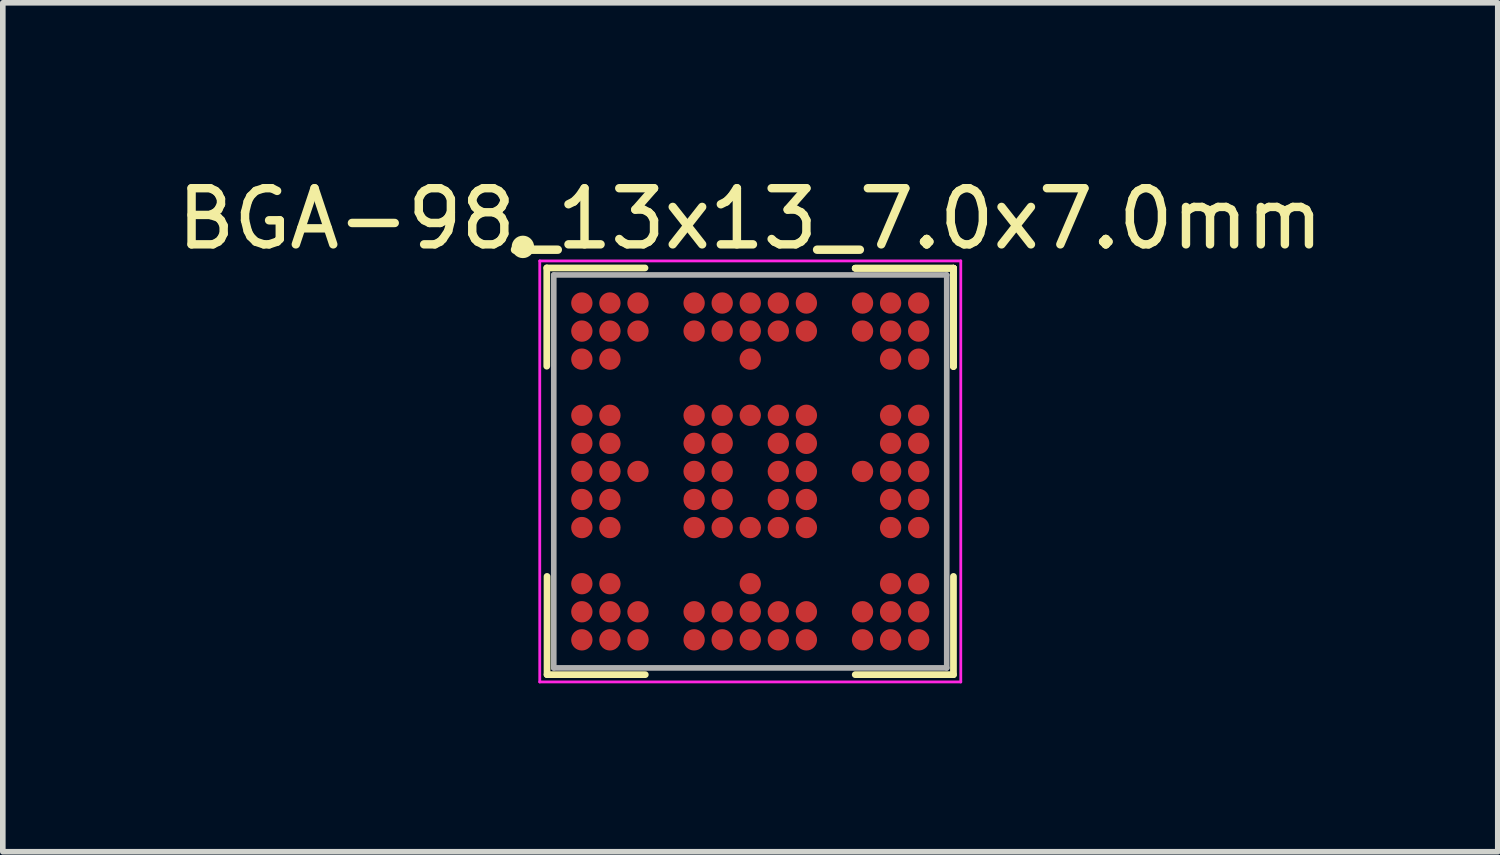
<source format=kicad_pcb>
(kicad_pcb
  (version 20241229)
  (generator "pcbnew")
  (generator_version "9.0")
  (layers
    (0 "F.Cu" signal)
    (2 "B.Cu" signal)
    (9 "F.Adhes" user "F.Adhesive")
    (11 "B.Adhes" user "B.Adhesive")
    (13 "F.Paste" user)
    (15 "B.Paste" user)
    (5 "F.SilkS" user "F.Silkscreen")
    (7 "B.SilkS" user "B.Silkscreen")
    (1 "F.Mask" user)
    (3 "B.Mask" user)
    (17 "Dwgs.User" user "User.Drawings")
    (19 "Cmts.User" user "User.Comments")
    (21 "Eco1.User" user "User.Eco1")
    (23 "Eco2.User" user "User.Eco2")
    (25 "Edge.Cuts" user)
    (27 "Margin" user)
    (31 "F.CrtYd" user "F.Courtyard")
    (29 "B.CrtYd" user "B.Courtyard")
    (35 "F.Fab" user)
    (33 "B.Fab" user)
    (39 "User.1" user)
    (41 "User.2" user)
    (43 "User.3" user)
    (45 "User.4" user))
  (footprint "BGA-98_13x13_7.0x7.0mm"
    (layer "F.Cu")
    (at 10.315 5.348)
    (property "Reference" "BGA-98_13x13_7.0x7.0mm" (at 0 -4.5 0) (layer "F.SilkS") (effects (font (size 1 1) (thickness 0.15))))
    (attr smd)
    (fp_line (start -3.625 -3.625) (end -1.875 -3.625) (stroke (width 0.12) (type solid)) (layer "F.SilkS"))
    (fp_line (start -3.625 -1.875) (end -3.625 -3.625) (stroke (width 0.12) (type solid)) (layer "F.SilkS"))
    (fp_line (start -3.62 3.62) (end -3.62 1.87) (stroke (width 0.12) (type solid)) (layer "F.SilkS"))
    (fp_line (start -1.87 3.62) (end -3.62 3.62) (stroke (width 0.12) (type solid)) (layer "F.SilkS"))
    (fp_line (start 1.87 -3.62) (end 3.62 -3.62) (stroke (width 0.12) (type solid)) (layer "F.SilkS"))
    (fp_line (start 1.87 -3.62) (end 3.62 -3.62) (stroke (width 0.12) (type solid)) (layer "F.SilkS"))
    (fp_line (start 1.87 -3.62) (end 3.62 -3.62) (stroke (width 0.12) (type solid)) (layer "F.SilkS"))
    (fp_line (start 1.87 3.62) (end 3.62 3.62) (stroke (width 0.12) (type solid)) (layer "F.SilkS"))
    (fp_line (start 3.62 -3.62) (end 3.62 -1.87) (stroke (width 0.12) (type solid)) (layer "F.SilkS"))
    (fp_line (start 3.62 -3.62) (end 3.62 -1.87) (stroke (width 0.12) (type solid)) (layer "F.SilkS"))
    (fp_line (start 3.62 -3.62) (end 3.62 -1.87) (stroke (width 0.12) (type solid)) (layer "F.SilkS"))
    (fp_line (start 3.62 3.62) (end 3.62 1.87) (stroke (width 0.12) (type solid)) (layer "F.SilkS"))
    (fp_circle (center -4.05 -4) (end -4.05 -3.9) (stroke (width 0.2) (type solid)) (fill no) (layer "F.SilkS"))
    (fp_line (start -3.75 -3.75) (end 3.75 -3.75) (stroke (width 0.05) (type solid)) (layer "F.CrtYd"))
    (fp_line (start -3.75 3.75) (end -3.75 -3.75) (stroke (width 0.05) (type solid)) (layer "F.CrtYd"))
    (fp_line (start 3.75 -3.75) (end 3.75 3.75) (stroke (width 0.05) (type solid)) (layer "F.CrtYd"))
    (fp_line (start 3.75 3.75) (end -3.75 3.75) (stroke (width 0.05) (type solid)) (layer "F.CrtYd"))
    (fp_line (start -3.5 -3.5) (end -3.5 3.5) (stroke (width 0.1) (type solid)) (layer "F.Fab"))
    (fp_line (start -3.5 3.5) (end 3.5 3.5) (stroke (width 0.1) (type solid)) (layer "F.Fab"))
    (fp_line (start 3.5 -3.5) (end -3.5 -3.5) (stroke (width 0.1) (type solid)) (layer "F.Fab"))
    (fp_line (start 3.5 3.5) (end 3.5 -3.5) (stroke (width 0.1) (type solid)) (layer "F.Fab"))
    (pad "A1" smd circle (at -3 -3) (size 0.38 0.38) (layers "F.Cu" "F.Mask" "F.Paste"))
    (pad "A2" smd circle (at -2.5 -3) (size 0.38 0.38) (layers "F.Cu" "F.Mask" "F.Paste"))
    (pad "A3" smd circle (at -2 -3) (size 0.38 0.38) (layers "F.Cu" "F.Mask" "F.Paste"))
    (pad "A5" smd circle (at -1 -3) (size 0.38 0.38) (layers "F.Cu" "F.Mask" "F.Paste"))
    (pad "A6" smd circle (at -0.5 -3) (size 0.38 0.38) (layers "F.Cu" "F.Mask" "F.Paste"))
    (pad "A7" smd circle (at 0 -3) (size 0.38 0.38) (layers "F.Cu" "F.Mask" "F.Paste"))
    (pad "A8" smd circle (at 0.5 -3) (size 0.38 0.38) (layers "F.Cu" "F.Mask" "F.Paste"))
    (pad "A9" smd circle (at 1 -3) (size 0.38 0.38) (layers "F.Cu" "F.Mask" "F.Paste"))
    (pad "A11" smd circle (at 2 -3) (size 0.38 0.38) (layers "F.Cu" "F.Mask" "F.Paste"))
    (pad "A12" smd circle (at 2.5 -3) (size 0.38 0.38) (layers "F.Cu" "F.Mask" "F.Paste"))
    (pad "A13" smd circle (at 3 -3) (size 0.38 0.38) (layers "F.Cu" "F.Mask" "F.Paste"))
    (pad "B1" smd circle (at -3 -2.5) (size 0.38 0.38) (layers "F.Cu" "F.Mask" "F.Paste"))
    (pad "B2" smd circle (at -2.5 -2.5) (size 0.38 0.38) (layers "F.Cu" "F.Mask" "F.Paste"))
    (pad "B3" smd circle (at -2 -2.5) (size 0.38 0.38) (layers "F.Cu" "F.Mask" "F.Paste"))
    (pad "B5" smd circle (at -1 -2.5) (size 0.38 0.38) (layers "F.Cu" "F.Mask" "F.Paste"))
    (pad "B6" smd circle (at -0.5 -2.5) (size 0.38 0.38) (layers "F.Cu" "F.Mask" "F.Paste"))
    (pad "B7" smd circle (at 0 -2.5) (size 0.38 0.38) (layers "F.Cu" "F.Mask" "F.Paste"))
    (pad "B8" smd circle (at 0.5 -2.5) (size 0.38 0.38) (layers "F.Cu" "F.Mask" "F.Paste"))
    (pad "B9" smd circle (at 1 -2.5) (size 0.38 0.38) (layers "F.Cu" "F.Mask" "F.Paste"))
    (pad "B11" smd circle (at 2 -2.5) (size 0.38 0.38) (layers "F.Cu" "F.Mask" "F.Paste"))
    (pad "B12" smd circle (at 2.5 -2.5) (size 0.38 0.38) (layers "F.Cu" "F.Mask" "F.Paste"))
    (pad "B13" smd circle (at 3 -2.5) (size 0.38 0.38) (layers "F.Cu" "F.Mask" "F.Paste"))
    (pad "C1" smd circle (at -3 -2) (size 0.38 0.38) (layers "F.Cu" "F.Mask" "F.Paste"))
    (pad "C2" smd circle (at -2.5 -2) (size 0.38 0.38) (layers "F.Cu" "F.Mask" "F.Paste"))
    (pad "C7" smd circle (at 0 -2) (size 0.38 0.38) (layers "F.Cu" "F.Mask" "F.Paste"))
    (pad "C12" smd circle (at 2.5 -2) (size 0.38 0.38) (layers "F.Cu" "F.Mask" "F.Paste"))
    (pad "C13" smd circle (at 3 -2) (size 0.38 0.38) (layers "F.Cu" "F.Mask" "F.Paste"))
    (pad "E1" smd circle (at -3 -1) (size 0.38 0.38) (layers "F.Cu" "F.Mask" "F.Paste"))
    (pad "E2" smd circle (at -2.5 -1) (size 0.38 0.38) (layers "F.Cu" "F.Mask" "F.Paste"))
    (pad "E5" smd circle (at -1 -1) (size 0.38 0.38) (layers "F.Cu" "F.Mask" "F.Paste"))
    (pad "E6" smd circle (at -0.5 -1) (size 0.38 0.38) (layers "F.Cu" "F.Mask" "F.Paste"))
    (pad "E7" smd circle (at 0 -1) (size 0.38 0.38) (layers "F.Cu" "F.Mask" "F.Paste"))
    (pad "E8" smd circle (at 0.5 -1) (size 0.38 0.38) (layers "F.Cu" "F.Mask" "F.Paste"))
    (pad "E9" smd circle (at 1 -1) (size 0.38 0.38) (layers "F.Cu" "F.Mask" "F.Paste"))
    (pad "E12" smd circle (at 2.5 -1) (size 0.38 0.38) (layers "F.Cu" "F.Mask" "F.Paste"))
    (pad "E13" smd circle (at 3 -1) (size 0.38 0.38) (layers "F.Cu" "F.Mask" "F.Paste"))
    (pad "F1" smd circle (at -3 -0.5) (size 0.38 0.38) (layers "F.Cu" "F.Mask" "F.Paste"))
    (pad "F2" smd circle (at -2.5 -0.5) (size 0.38 0.38) (layers "F.Cu" "F.Mask" "F.Paste"))
    (pad "F5" smd circle (at -1 -0.5) (size 0.38 0.38) (layers "F.Cu" "F.Mask" "F.Paste"))
    (pad "F6" smd circle (at -0.5 -0.5) (size 0.38 0.38) (layers "F.Cu" "F.Mask" "F.Paste"))
    (pad "F8" smd circle (at 0.5 -0.5) (size 0.38 0.38) (layers "F.Cu" "F.Mask" "F.Paste"))
    (pad "F9" smd circle (at 1 -0.5) (size 0.38 0.38) (layers "F.Cu" "F.Mask" "F.Paste"))
    (pad "F12" smd circle (at 2.5 -0.5) (size 0.38 0.38) (layers "F.Cu" "F.Mask" "F.Paste"))
    (pad "F13" smd circle (at 3 -0.5) (size 0.38 0.38) (layers "F.Cu" "F.Mask" "F.Paste"))
    (pad "G1" smd circle (at -3 0) (size 0.38 0.38) (layers "F.Cu" "F.Mask" "F.Paste"))
    (pad "G2" smd circle (at -2.5 0) (size 0.38 0.38) (layers "F.Cu" "F.Mask" "F.Paste"))
    (pad "G3" smd circle (at -2 0) (size 0.38 0.38) (layers "F.Cu" "F.Mask" "F.Paste"))
    (pad "G5" smd circle (at -1 0) (size 0.38 0.38) (layers "F.Cu" "F.Mask" "F.Paste"))
    (pad "G6" smd circle (at -0.5 0) (size 0.38 0.38) (layers "F.Cu" "F.Mask" "F.Paste"))
    (pad "G8" smd circle (at 0.5 0) (size 0.38 0.38) (layers "F.Cu" "F.Mask" "F.Paste"))
    (pad "G9" smd circle (at 1 0) (size 0.38 0.38) (layers "F.Cu" "F.Mask" "F.Paste"))
    (pad "G11" smd circle (at 2 0) (size 0.38 0.38) (layers "F.Cu" "F.Mask" "F.Paste"))
    (pad "G12" smd circle (at 2.5 0) (size 0.38 0.38) (layers "F.Cu" "F.Mask" "F.Paste"))
    (pad "G13" smd circle (at 3 0) (size 0.38 0.38) (layers "F.Cu" "F.Mask" "F.Paste"))
    (pad "H1" smd circle (at -3 0.5) (size 0.38 0.38) (layers "F.Cu" "F.Mask" "F.Paste"))
    (pad "H2" smd circle (at -2.5 0.5) (size 0.38 0.38) (layers "F.Cu" "F.Mask" "F.Paste"))
    (pad "H5" smd circle (at -1 0.5) (size 0.38 0.38) (layers "F.Cu" "F.Mask" "F.Paste"))
    (pad "H6" smd circle (at -0.5 0.5) (size 0.38 0.38) (layers "F.Cu" "F.Mask" "F.Paste"))
    (pad "H8" smd circle (at 0.5 0.5) (size 0.38 0.38) (layers "F.Cu" "F.Mask" "F.Paste"))
    (pad "H9" smd circle (at 1 0.5) (size 0.38 0.38) (layers "F.Cu" "F.Mask" "F.Paste"))
    (pad "H12" smd circle (at 2.5 0.5) (size 0.38 0.38) (layers "F.Cu" "F.Mask" "F.Paste"))
    (pad "H13" smd circle (at 3 0.5) (size 0.38 0.38) (layers "F.Cu" "F.Mask" "F.Paste"))
    (pad "J1" smd circle (at -3 1) (size 0.38 0.38) (layers "F.Cu" "F.Mask" "F.Paste"))
    (pad "J2" smd circle (at -2.5 1) (size 0.38 0.38) (layers "F.Cu" "F.Mask" "F.Paste"))
    (pad "J5" smd circle (at -1 1) (size 0.38 0.38) (layers "F.Cu" "F.Mask" "F.Paste"))
    (pad "J6" smd circle (at -0.5 1) (size 0.38 0.38) (layers "F.Cu" "F.Mask" "F.Paste"))
    (pad "J7" smd circle (at 0 1) (size 0.38 0.38) (layers "F.Cu" "F.Mask" "F.Paste"))
    (pad "J8" smd circle (at 0.5 1) (size 0.38 0.38) (layers "F.Cu" "F.Mask" "F.Paste"))
    (pad "J9" smd circle (at 1 1) (size 0.38 0.38) (layers "F.Cu" "F.Mask" "F.Paste"))
    (pad "J12" smd circle (at 2.5 1) (size 0.38 0.38) (layers "F.Cu" "F.Mask" "F.Paste"))
    (pad "J13" smd circle (at 3 1) (size 0.38 0.38) (layers "F.Cu" "F.Mask" "F.Paste"))
    (pad "L1" smd circle (at -3 2) (size 0.38 0.38) (layers "F.Cu" "F.Mask" "F.Paste"))
    (pad "L2" smd circle (at -2.5 2) (size 0.38 0.38) (layers "F.Cu" "F.Mask" "F.Paste"))
    (pad "L7" smd circle (at 0 2) (size 0.38 0.38) (layers "F.Cu" "F.Mask" "F.Paste"))
    (pad "L12" smd circle (at 2.5 2) (size 0.38 0.38) (layers "F.Cu" "F.Mask" "F.Paste"))
    (pad "L13" smd circle (at 3 2) (size 0.38 0.38) (layers "F.Cu" "F.Mask" "F.Paste"))
    (pad "M1" smd circle (at -3 2.5) (size 0.38 0.38) (layers "F.Cu" "F.Mask" "F.Paste"))
    (pad "M2" smd circle (at -2.5 2.5) (size 0.38 0.38) (layers "F.Cu" "F.Mask" "F.Paste"))
    (pad "M3" smd circle (at -2 2.5) (size 0.38 0.38) (layers "F.Cu" "F.Mask" "F.Paste"))
    (pad "M5" smd circle (at -1 2.5) (size 0.38 0.38) (layers "F.Cu" "F.Mask" "F.Paste"))
    (pad "M6" smd circle (at -0.5 2.5) (size 0.38 0.38) (layers "F.Cu" "F.Mask" "F.Paste"))
    (pad "M7" smd circle (at 0 2.5) (size 0.38 0.38) (layers "F.Cu" "F.Mask" "F.Paste"))
    (pad "M8" smd circle (at 0.5 2.5) (size 0.38 0.38) (layers "F.Cu" "F.Mask" "F.Paste"))
    (pad "M9" smd circle (at 1 2.5) (size 0.38 0.38) (layers "F.Cu" "F.Mask" "F.Paste"))
    (pad "M11" smd circle (at 2 2.5) (size 0.38 0.38) (layers "F.Cu" "F.Mask" "F.Paste"))
    (pad "M12" smd circle (at 2.5 2.5) (size 0.38 0.38) (layers "F.Cu" "F.Mask" "F.Paste"))
    (pad "M13" smd circle (at 3 2.5) (size 0.38 0.38) (layers "F.Cu" "F.Mask" "F.Paste"))
    (pad "N1" smd circle (at -3 3) (size 0.38 0.38) (layers "F.Cu" "F.Mask" "F.Paste"))
    (pad "N2" smd circle (at -2.5 3) (size 0.38 0.38) (layers "F.Cu" "F.Mask" "F.Paste"))
    (pad "N3" smd circle (at -2 3) (size 0.38 0.38) (layers "F.Cu" "F.Mask" "F.Paste"))
    (pad "N5" smd circle (at -1 3) (size 0.38 0.38) (layers "F.Cu" "F.Mask" "F.Paste"))
    (pad "N6" smd circle (at -0.5 3) (size 0.38 0.38) (layers "F.Cu" "F.Mask" "F.Paste"))
    (pad "N7" smd circle (at 0 3) (size 0.38 0.38) (layers "F.Cu" "F.Mask" "F.Paste"))
    (pad "N8" smd circle (at 0.5 3) (size 0.38 0.38) (layers "F.Cu" "F.Mask" "F.Paste"))
    (pad "N9" smd circle (at 1 3) (size 0.38 0.38) (layers "F.Cu" "F.Mask" "F.Paste"))
    (pad "N11" smd circle (at 2 3) (size 0.38 0.38) (layers "F.Cu" "F.Mask" "F.Paste"))
    (pad "N12" smd circle (at 2.5 3) (size 0.38 0.38) (layers "F.Cu" "F.Mask" "F.Paste"))
    (pad "N13" smd circle (at 3 3) (size 0.38 0.38) (layers "F.Cu" "F.Mask" "F.Paste")))
  (gr_rect
    (start -3 -3)
    (end 23.631 12.123)
    (stroke (width 0.1) (type default))
    (fill no)
    (layer "Edge.Cuts")))
</source>
